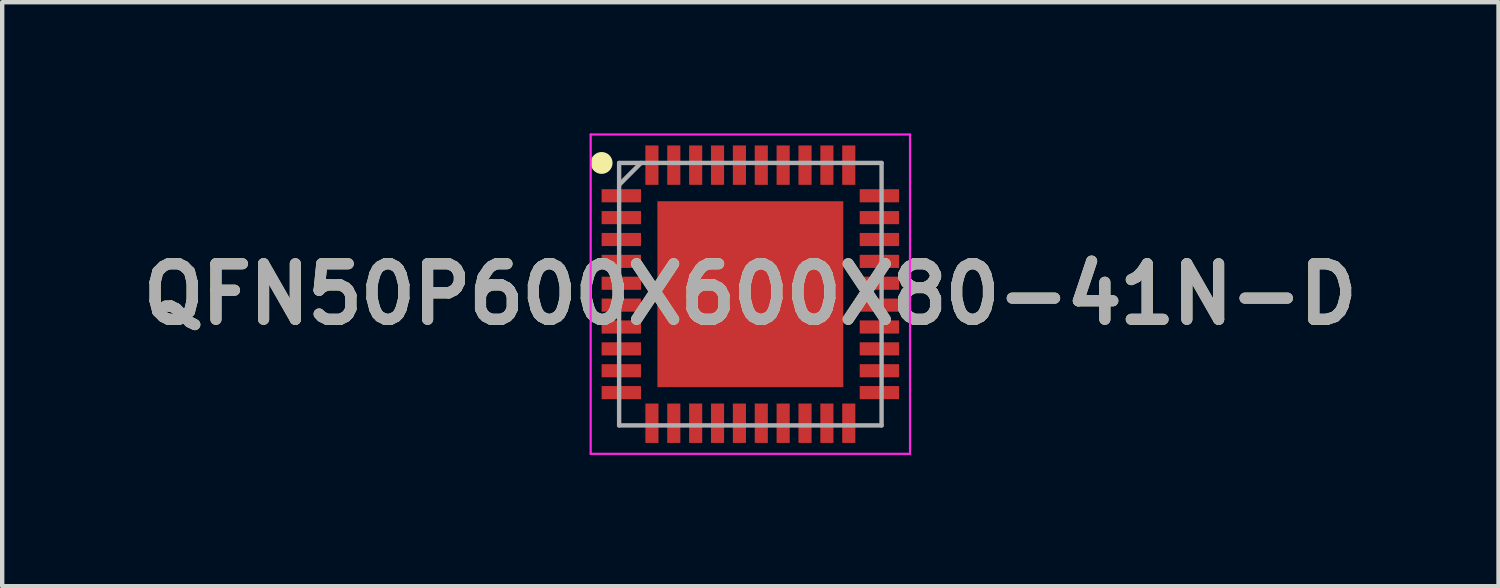
<source format=kicad_pcb>
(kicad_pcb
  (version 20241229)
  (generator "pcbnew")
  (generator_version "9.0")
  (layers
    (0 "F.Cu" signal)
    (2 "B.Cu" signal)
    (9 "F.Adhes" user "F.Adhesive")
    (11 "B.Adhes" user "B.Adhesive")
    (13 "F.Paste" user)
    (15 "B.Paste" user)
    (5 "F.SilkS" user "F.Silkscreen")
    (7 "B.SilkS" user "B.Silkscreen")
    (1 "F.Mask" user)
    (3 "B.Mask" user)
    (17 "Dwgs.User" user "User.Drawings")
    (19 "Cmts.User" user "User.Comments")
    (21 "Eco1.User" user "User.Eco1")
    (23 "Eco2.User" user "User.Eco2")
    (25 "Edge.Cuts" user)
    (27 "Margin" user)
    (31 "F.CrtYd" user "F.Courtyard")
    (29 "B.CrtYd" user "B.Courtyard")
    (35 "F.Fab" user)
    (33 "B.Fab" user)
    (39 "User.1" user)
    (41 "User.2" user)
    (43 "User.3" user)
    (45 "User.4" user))
  (footprint "QFN50P600X600X80-41N-D"
    (layer "F.Cu")
    (at 14.103 3.675)
    (property "Reference" "QFN50P600X600X80-41N-D" (at 0 0 0) (layer "F.SilkS") (effects (font (size 1.27 1.27) (thickness 0.254))))
    (attr smd)
    (fp_circle (center -3.4 -3) (end -3.4 -2.875) (stroke (width 0.25) (type solid)) (fill no) (layer "F.SilkS"))
    (fp_line (start -3.65 -3.65) (end 3.65 -3.65) (stroke (width 0.05) (type solid)) (layer "F.CrtYd"))
    (fp_line (start -3.65 3.65) (end -3.65 -3.65) (stroke (width 0.05) (type solid)) (layer "F.CrtYd"))
    (fp_line (start 3.65 -3.65) (end 3.65 3.65) (stroke (width 0.05) (type solid)) (layer "F.CrtYd"))
    (fp_line (start 3.65 3.65) (end -3.65 3.65) (stroke (width 0.05) (type solid)) (layer "F.CrtYd"))
    (fp_line (start -3 -3) (end 3 -3) (stroke (width 0.1) (type solid)) (layer "F.Fab"))
    (fp_line (start -3 -2.5) (end -2.5 -3) (stroke (width 0.1) (type solid)) (layer "F.Fab"))
    (fp_line (start -3 3) (end -3 -3) (stroke (width 0.1) (type solid)) (layer "F.Fab"))
    (fp_line (start 3 -3) (end 3 3) (stroke (width 0.1) (type solid)) (layer "F.Fab"))
    (fp_line (start 3 3) (end -3 3) (stroke (width 0.1) (type solid)) (layer "F.Fab"))
    (fp_text user "${REFERENCE}" (at 0 0 0) (layer "F.Fab") (effects (font (size 1.27 1.27) (thickness 0.254))))
    (pad "1" smd rect (at -2.95 -2.25 90) (size 0.3 0.9) (layers "F.Cu" "F.Mask" "F.Paste"))
    (pad "2" smd rect (at -2.95 -1.75 90) (size 0.3 0.9) (layers "F.Cu" "F.Mask" "F.Paste"))
    (pad "3" smd rect (at -2.95 -1.25 90) (size 0.3 0.9) (layers "F.Cu" "F.Mask" "F.Paste"))
    (pad "4" smd rect (at -2.95 -0.75 90) (size 0.3 0.9) (layers "F.Cu" "F.Mask" "F.Paste"))
    (pad "5" smd rect (at -2.95 -0.25 90) (size 0.3 0.9) (layers "F.Cu" "F.Mask" "F.Paste"))
    (pad "6" smd rect (at -2.95 0.25 90) (size 0.3 0.9) (layers "F.Cu" "F.Mask" "F.Paste"))
    (pad "7" smd rect (at -2.95 0.75 90) (size 0.3 0.9) (layers "F.Cu" "F.Mask" "F.Paste"))
    (pad "8" smd rect (at -2.95 1.25 90) (size 0.3 0.9) (layers "F.Cu" "F.Mask" "F.Paste"))
    (pad "9" smd rect (at -2.95 1.75 90) (size 0.3 0.9) (layers "F.Cu" "F.Mask" "F.Paste"))
    (pad "10" smd rect (at -2.95 2.25 90) (size 0.3 0.9) (layers "F.Cu" "F.Mask" "F.Paste"))
    (pad "11" smd rect (at -2.25 2.95) (size 0.3 0.9) (layers "F.Cu" "F.Mask" "F.Paste"))
    (pad "12" smd rect (at -1.75 2.95) (size 0.3 0.9) (layers "F.Cu" "F.Mask" "F.Paste"))
    (pad "13" smd rect (at -1.25 2.95) (size 0.3 0.9) (layers "F.Cu" "F.Mask" "F.Paste"))
    (pad "14" smd rect (at -0.75 2.95) (size 0.3 0.9) (layers "F.Cu" "F.Mask" "F.Paste"))
    (pad "15" smd rect (at -0.25 2.95) (size 0.3 0.9) (layers "F.Cu" "F.Mask" "F.Paste"))
    (pad "16" smd rect (at 0.25 2.95) (size 0.3 0.9) (layers "F.Cu" "F.Mask" "F.Paste"))
    (pad "17" smd rect (at 0.75 2.95) (size 0.3 0.9) (layers "F.Cu" "F.Mask" "F.Paste"))
    (pad "18" smd rect (at 1.25 2.95) (size 0.3 0.9) (layers "F.Cu" "F.Mask" "F.Paste"))
    (pad "19" smd rect (at 1.75 2.95) (size 0.3 0.9) (layers "F.Cu" "F.Mask" "F.Paste"))
    (pad "20" smd rect (at 2.25 2.95) (size 0.3 0.9) (layers "F.Cu" "F.Mask" "F.Paste"))
    (pad "21" smd rect (at 2.95 2.25 90) (size 0.3 0.9) (layers "F.Cu" "F.Mask" "F.Paste"))
    (pad "22" smd rect (at 2.95 1.75 90) (size 0.3 0.9) (layers "F.Cu" "F.Mask" "F.Paste"))
    (pad "23" smd rect (at 2.95 1.25 90) (size 0.3 0.9) (layers "F.Cu" "F.Mask" "F.Paste"))
    (pad "24" smd rect (at 2.95 0.75 90) (size 0.3 0.9) (layers "F.Cu" "F.Mask" "F.Paste"))
    (pad "25" smd rect (at 2.95 0.25 90) (size 0.3 0.9) (layers "F.Cu" "F.Mask" "F.Paste"))
    (pad "26" smd rect (at 2.95 -0.25 90) (size 0.3 0.9) (layers "F.Cu" "F.Mask" "F.Paste"))
    (pad "27" smd rect (at 2.95 -0.75 90) (size 0.3 0.9) (layers "F.Cu" "F.Mask" "F.Paste"))
    (pad "28" smd rect (at 2.95 -1.25 90) (size 0.3 0.9) (layers "F.Cu" "F.Mask" "F.Paste"))
    (pad "29" smd rect (at 2.95 -1.75 90) (size 0.3 0.9) (layers "F.Cu" "F.Mask" "F.Paste"))
    (pad "30" smd rect (at 2.95 -2.25 90) (size 0.3 0.9) (layers "F.Cu" "F.Mask" "F.Paste"))
    (pad "31" smd rect (at 2.25 -2.95) (size 0.3 0.9) (layers "F.Cu" "F.Mask" "F.Paste"))
    (pad "32" smd rect (at 1.75 -2.95) (size 0.3 0.9) (layers "F.Cu" "F.Mask" "F.Paste"))
    (pad "33" smd rect (at 1.25 -2.95) (size 0.3 0.9) (layers "F.Cu" "F.Mask" "F.Paste"))
    (pad "34" smd rect (at 0.75 -2.95) (size 0.3 0.9) (layers "F.Cu" "F.Mask" "F.Paste"))
    (pad "35" smd rect (at 0.25 -2.95) (size 0.3 0.9) (layers "F.Cu" "F.Mask" "F.Paste"))
    (pad "36" smd rect (at -0.25 -2.95) (size 0.3 0.9) (layers "F.Cu" "F.Mask" "F.Paste"))
    (pad "37" smd rect (at -0.75 -2.95) (size 0.3 0.9) (layers "F.Cu" "F.Mask" "F.Paste"))
    (pad "38" smd rect (at -1.25 -2.95) (size 0.3 0.9) (layers "F.Cu" "F.Mask" "F.Paste"))
    (pad "39" smd rect (at -1.75 -2.95) (size 0.3 0.9) (layers "F.Cu" "F.Mask" "F.Paste"))
    (pad "40" smd rect (at -2.25 -2.95) (size 0.3 0.9) (layers "F.Cu" "F.Mask" "F.Paste"))
    (pad "41" smd rect (at 0 0) (size 4.25 4.25) (layers "F.Cu" "F.Mask" "F.Paste")))
  (gr_rect
    (start -3 -3)
    (end 31.206 10.35)
    (stroke (width 0.1) (type default))
    (fill no)
    (layer "Edge.Cuts")))
</source>
